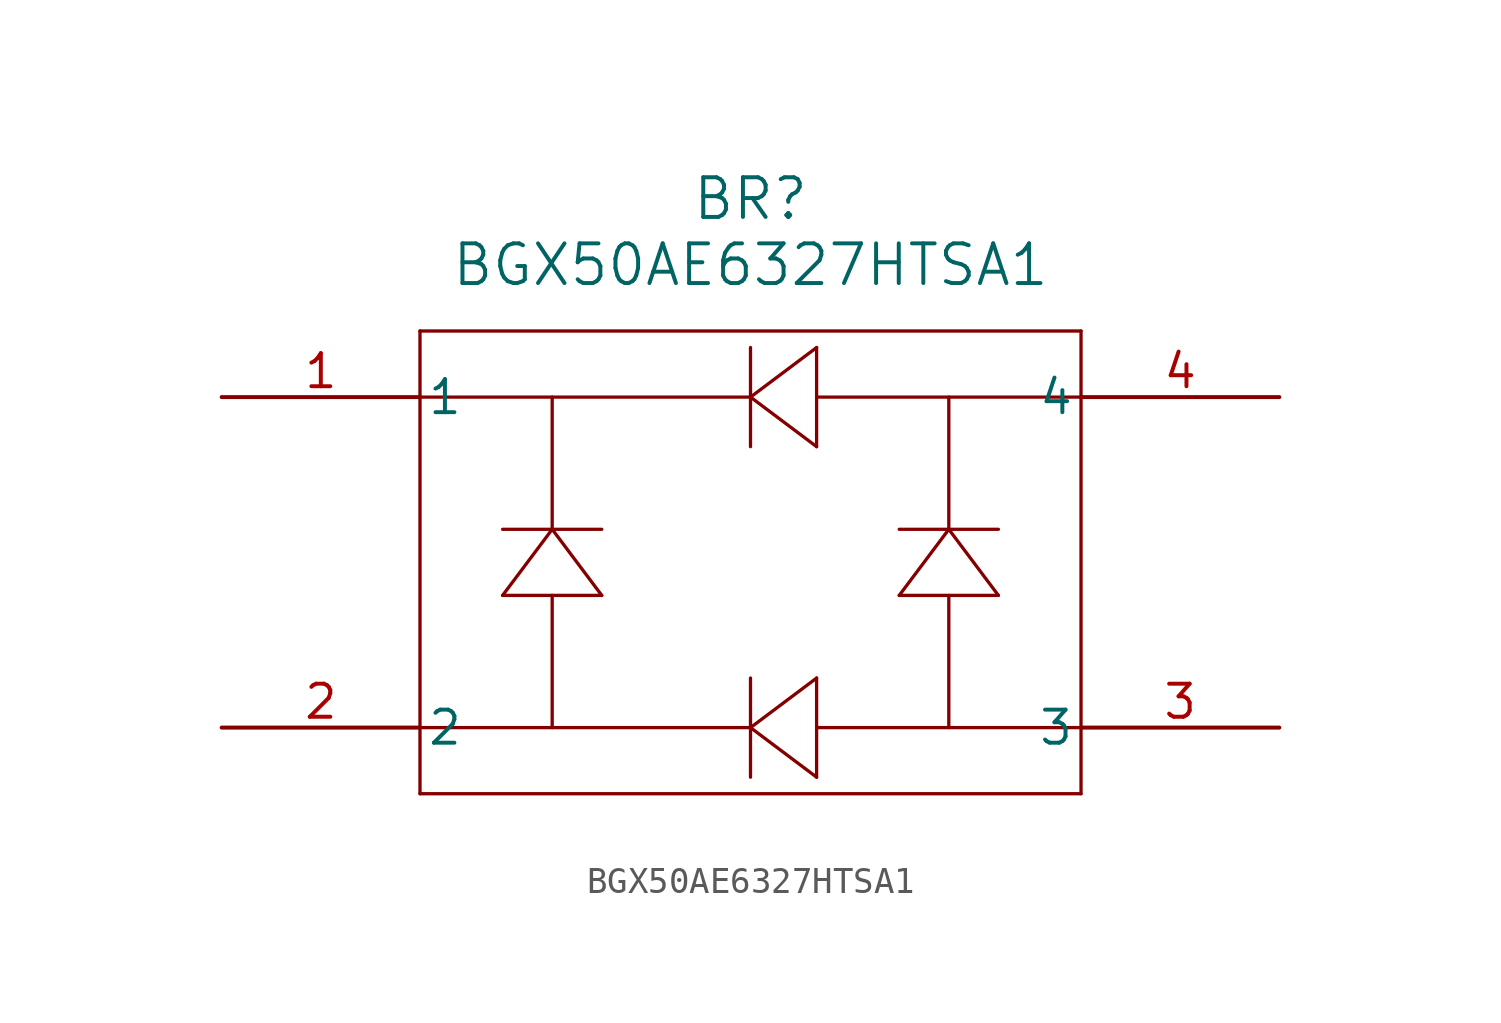
<source format=kicad_sym>
(kicad_symbol_lib
  (version 20211014)
  (generator kicad_symbol_editor)
  (symbol "BGX50AE6327HTSA1"
    (pin_names
      (offset 0.254))
    (property "Reference" "BR"
      (at 20.32 7.62 0)
      (effects (font (size 1.524 1.524))))
    (property "Value" "BGX50AE6327HTSA1"
      (at 20.32 5.08 0)
      (effects (font (size 1.524 1.524))))
    (symbol "BGX50AE6327HTSA1_0_1"
      (polyline (pts (xy 7.62 2.54) (xy 7.62 -15.24)) (stroke (width 0.127) (type default) (color 0 0 0 0)) (fill (type none)))
      (polyline (pts (xy 33.02 -15.24) (xy 33.02 2.54)) (stroke (width 0.127) (type default) (color 0 0 0 0)) (fill (type none)))
      (polyline (pts (xy 7.62 -15.24) (xy 33.02 -15.24)) (stroke (width 0.127) (type default) (color 0 0 0 0)) (fill (type none)))
      (polyline (pts (xy 33.02 2.54) (xy 7.62 2.54)) (stroke (width 0.127) (type default) (color 0 0 0 0)) (fill (type none)))
      (polyline (pts (xy 7.62 0) (xy 20.32 0)) (stroke (width 0.127) (type default) (color 0 0 0 0)) (fill (type none)))
      (polyline (pts (xy 12.7 0) (xy 12.7 -5.08)) (stroke (width 0.127) (type default) (color 0 0 0 0)) (fill (type none)))
      (polyline (pts (xy 7.62 -12.7) (xy 20.32 -12.7)) (stroke (width 0.127) (type default) (color 0 0 0 0)) (fill (type none)))
      (polyline (pts (xy 29.845 -7.62) (xy 26.035 -7.62)) (stroke (width 0.127) (type default) (color 0 0 0 0)) (fill (type none)))
      (polyline (pts (xy 14.605 -7.62) (xy 10.795 -7.62)) (stroke (width 0.127) (type default) (color 0 0 0 0)) (fill (type none)))
      (polyline (pts (xy 10.795 -7.62) (xy 12.7 -5.08)) (stroke (width 0.127) (type default) (color 0 0 0 0)) (fill (type none)))
      (polyline (pts (xy 14.605 -7.62) (xy 12.7 -5.08)) (stroke (width 0.127) (type default) (color 0 0 0 0)) (fill (type none)))
      (polyline (pts (xy 14.605 -5.08) (xy 10.795 -5.08)) (stroke (width 0.127) (type default) (color 0 0 0 0)) (fill (type none)))
      (polyline (pts (xy 12.7 -7.62) (xy 12.7 -12.7)) (stroke (width 0.127) (type default) (color 0 0 0 0)) (fill (type none)))
      (polyline (pts (xy 26.035 -7.62) (xy 27.94 -5.08)) (stroke (width 0.127) (type default) (color 0 0 0 0)) (fill (type none)))
      (polyline (pts (xy 29.845 -7.62) (xy 27.94 -5.08)) (stroke (width 0.127) (type default) (color 0 0 0 0)) (fill (type none)))
      (polyline (pts (xy 29.845 -5.08) (xy 26.035 -5.08)) (stroke (width 0.127) (type default) (color 0 0 0 0)) (fill (type none)))
      (polyline (pts (xy 22.86 1.905) (xy 22.86 -1.905)) (stroke (width 0.127) (type default) (color 0 0 0 0)) (fill (type none)))
      (polyline (pts (xy 22.86 -1.905) (xy 20.32 0)) (stroke (width 0.127) (type default) (color 0 0 0 0)) (fill (type none)))
      (polyline (pts (xy 22.86 1.905) (xy 20.32 0)) (stroke (width 0.127) (type default) (color 0 0 0 0)) (fill (type none)))
      (polyline (pts (xy 20.32 1.905) (xy 20.32 -1.905)) (stroke (width 0.127) (type default) (color 0 0 0 0)) (fill (type none)))
      (polyline (pts (xy 22.86 -10.795) (xy 22.86 -14.605)) (stroke (width 0.127) (type default) (color 0 0 0 0)) (fill (type none)))
      (polyline (pts (xy 22.86 -14.605) (xy 20.32 -12.7)) (stroke (width 0.127) (type default) (color 0 0 0 0)) (fill (type none)))
      (polyline (pts (xy 22.86 -10.795) (xy 20.32 -12.7)) (stroke (width 0.127) (type default) (color 0 0 0 0)) (fill (type none)))
      (polyline (pts (xy 20.32 -10.795) (xy 20.32 -14.605)) (stroke (width 0.127) (type default) (color 0 0 0 0)) (fill (type none)))
      (polyline (pts (xy 22.86 0) (xy 33.02 0)) (stroke (width 0.127) (type default) (color 0 0 0 0)) (fill (type none)))
      (polyline (pts (xy 27.94 0) (xy 27.94 -5.08)) (stroke (width 0.127) (type default) (color 0 0 0 0)) (fill (type none)))
      (polyline (pts (xy 27.94 -7.62) (xy 27.94 -12.7)) (stroke (width 0.127) (type default) (color 0 0 0 0)) (fill (type none)))
      (polyline (pts (xy 22.86 -12.7) (xy 33.02 -12.7)) (stroke (width 0.127) (type default) (color 0 0 0 0)) (fill (type none)))
      (pin unspecified line (at 0 0 0) (length 7.62) (name "1" (effects (font (size 1.27 1.27)))) (number "1" (effects (font (size 1.27 1.27)))))
      (pin unspecified line (at 0 -12.7 0) (length 7.62) (name "2" (effects (font (size 1.27 1.27)))) (number "2" (effects (font (size 1.27 1.27)))))
      (pin unspecified line (at 40.64 -12.7 180) (length 7.62) (name "3" (effects (font (size 1.27 1.27)))) (number "3" (effects (font (size 1.27 1.27)))))
      (pin unspecified line (at 40.64 0 180) (length 7.62) (name "4" (effects (font (size 1.27 1.27)))) (number "4" (effects (font (size 1.27 1.27))))))))
</source>
